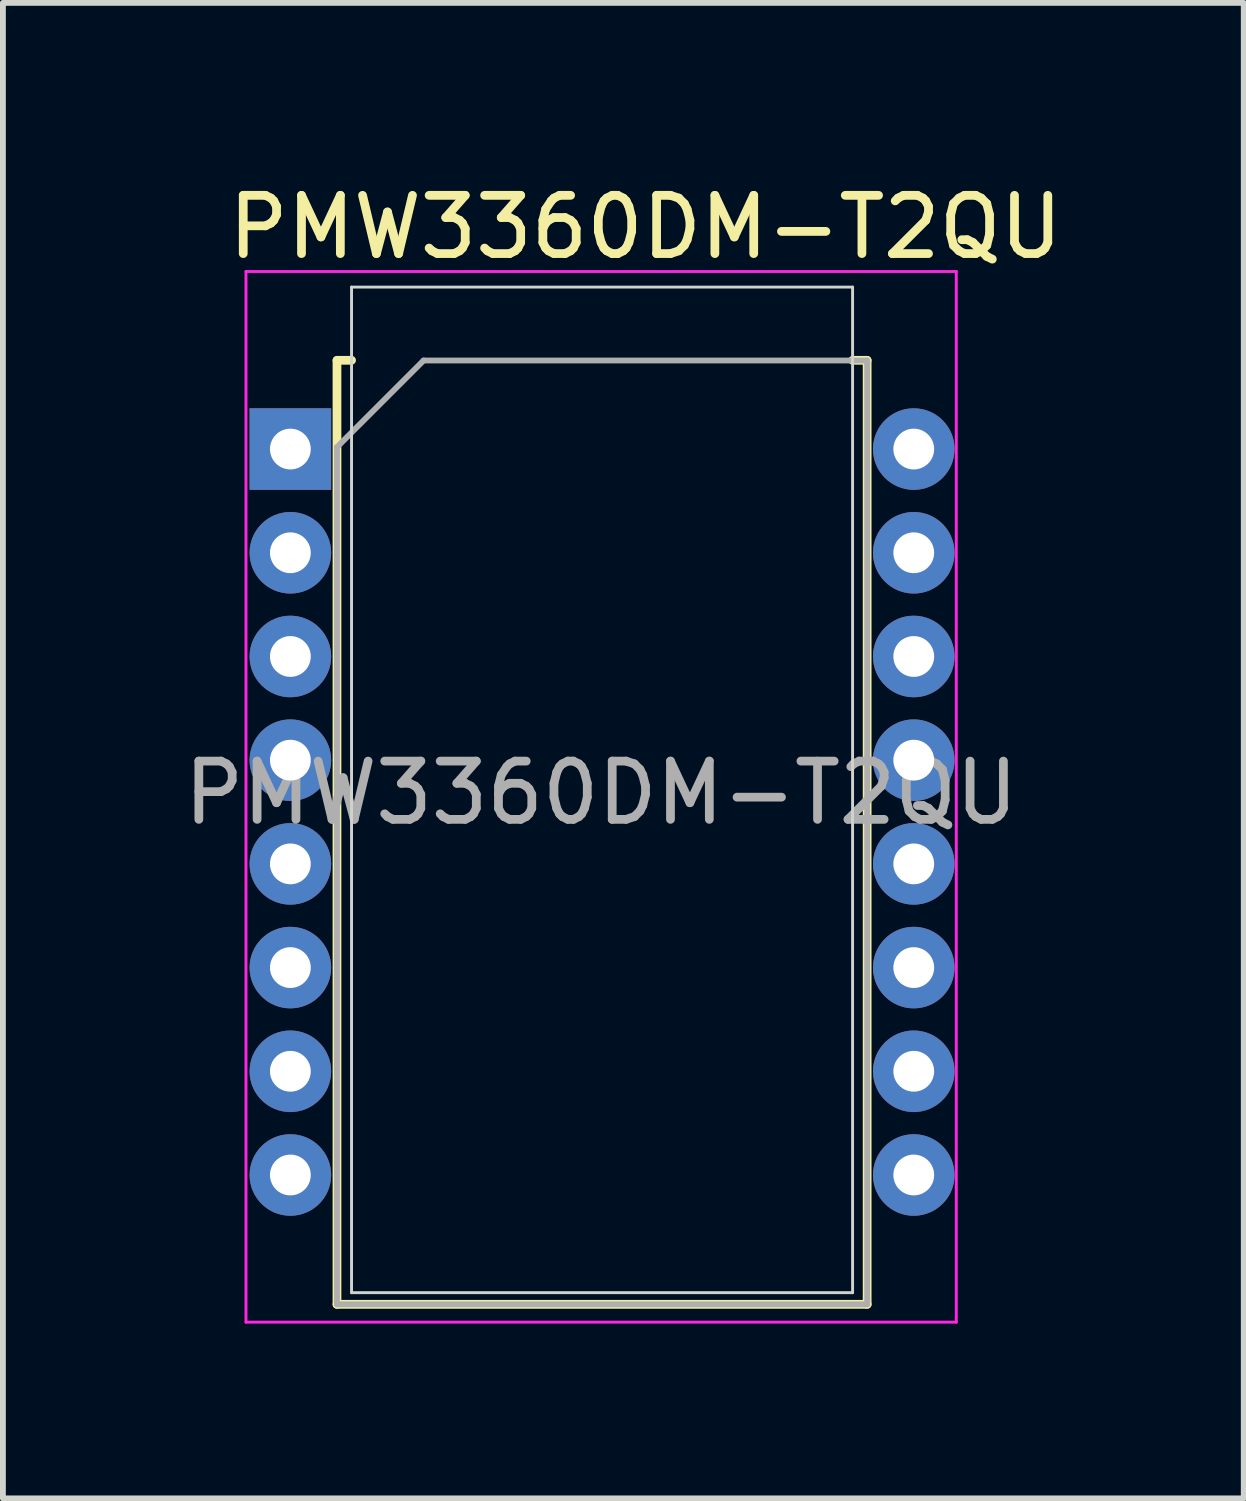
<source format=kicad_pcb>
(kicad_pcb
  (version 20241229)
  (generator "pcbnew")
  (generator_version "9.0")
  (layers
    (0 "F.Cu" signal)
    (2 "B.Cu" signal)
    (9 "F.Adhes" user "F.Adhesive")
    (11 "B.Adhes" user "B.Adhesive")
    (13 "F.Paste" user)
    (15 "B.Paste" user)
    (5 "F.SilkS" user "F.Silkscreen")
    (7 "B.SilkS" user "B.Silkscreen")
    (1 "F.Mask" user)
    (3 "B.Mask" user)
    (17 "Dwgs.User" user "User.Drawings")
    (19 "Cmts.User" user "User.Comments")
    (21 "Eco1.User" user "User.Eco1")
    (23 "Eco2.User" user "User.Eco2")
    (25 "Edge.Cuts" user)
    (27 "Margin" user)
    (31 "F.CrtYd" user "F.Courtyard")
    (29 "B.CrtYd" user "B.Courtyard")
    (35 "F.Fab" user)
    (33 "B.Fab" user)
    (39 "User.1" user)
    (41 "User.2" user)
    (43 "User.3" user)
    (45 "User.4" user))
  (footprint "PMW3360DM-T2QU"
    (layer "F.Cu")
    (at 7.284 10.888)
    (property "Reference" "PMW3360DM-T2QU" (at 0.746 -10.04 180) (layer "F.SilkS") (effects (font (size 1 1) (thickness 0.15))))
    (attr through_hole)
    (fp_line (start -4.55 -7.754) (end -4.3 -7.754) (stroke (width 0.15) (type solid)) (layer "F.SilkS"))
    (fp_line (start -4.55 8.45) (end -4.55 -7.75) (stroke (width 0.15) (type solid)) (layer "F.SilkS"))
    (fp_line (start 4.3 -7.754) (end 4.55 -7.754) (stroke (width 0.15) (type solid)) (layer "F.SilkS"))
    (fp_line (start 4.55 -7.75) (end 4.55 8.45) (stroke (width 0.15) (type solid)) (layer "F.SilkS"))
    (fp_line (start 4.55 8.45) (end -4.55 8.45) (stroke (width 0.15) (type solid)) (layer "F.SilkS"))
    (fp_line (start -4.3 -9.01) (end -4.3 8.25) (stroke (width 0.05) (type solid)) (layer "Eco1.User"))
    (fp_line (start 4.3 -9.01) (end -4.3 -9.01) (stroke (width 0.05) (type solid)) (layer "Eco1.User"))
    (fp_line (start 4.3 -9.01) (end 4.3 8.25) (stroke (width 0.05) (type solid)) (layer "Eco1.User"))
    (fp_line (start 4.3 8.25) (end -4.3 8.25) (stroke (width 0.05) (type solid)) (layer "Eco1.User"))
    (fp_line (start -4.3 -9.01) (end -4.3 8.25) (stroke (width 0.05) (type solid)) (layer "Edge.Cuts"))
    (fp_line (start 4.3 -9.01) (end -4.3 -9.01) (stroke (width 0.05) (type solid)) (layer "Edge.Cuts"))
    (fp_line (start 4.3 -9.01) (end 4.3 8.25) (stroke (width 0.05) (type solid)) (layer "Edge.Cuts"))
    (fp_line (start 4.3 8.25) (end -4.3 8.25) (stroke (width 0.05) (type solid)) (layer "Edge.Cuts"))
    (fp_line (start -6.112 -9.278) (end 6.08 -9.278) (stroke (width 0.05) (type solid)) (layer "F.CrtYd"))
    (fp_line (start -6.112 8.756) (end -6.112 -9.278) (stroke (width 0.05) (type solid)) (layer "F.CrtYd"))
    (fp_line (start 6.08 -9.278) (end 6.08 8.756) (stroke (width 0.05) (type solid)) (layer "F.CrtYd"))
    (fp_line (start 6.08 8.756) (end -6.112 8.756) (stroke (width 0.05) (type solid)) (layer "F.CrtYd"))
    (fp_line (start -4.55 -6.264) (end -4.55 8.45) (stroke (width 0.1) (type solid)) (layer "F.Fab"))
    (fp_line (start -3.064 -7.75) (end -4.55 -6.264) (stroke (width 0.1) (type solid)) (layer "F.Fab"))
    (fp_line (start 4.55 -7.75) (end -3.064 -7.75) (stroke (width 0.1) (type solid)) (layer "F.Fab"))
    (fp_line (start 4.55 -7.75) (end 4.55 8.45) (stroke (width 0.1) (type solid)) (layer "F.Fab"))
    (fp_line (start 4.55 8.45) (end -4.55 8.45) (stroke (width 0.1) (type solid)) (layer "F.Fab"))
    (fp_text user "${REFERENCE}" (at -0.016 -0.329 180) (layer "F.Fab") (effects (font (size 1 1) (thickness 0.15))))
    (pad "1" thru_hole rect (at -5.35 -6.23 180) (size 1.4 1.4) (drill 0.7) (layers "*.Cu" "*.Mask"))
    (pad "2" thru_hole circle (at -5.35 -4.45 180) (size 1.4 1.4) (drill 0.7) (layers "*.Cu" "*.Mask"))
    (pad "3" thru_hole circle (at -5.35 -2.67 180) (size 1.4 1.4) (drill 0.7) (layers "*.Cu" "*.Mask"))
    (pad "4" thru_hole circle (at -5.35 -0.89 180) (size 1.4 1.4) (drill 0.7) (layers "*.Cu" "*.Mask"))
    (pad "5" thru_hole circle (at -5.35 0.89 180) (size 1.4 1.4) (drill 0.7) (layers "*.Cu" "*.Mask"))
    (pad "6" thru_hole circle (at -5.35 2.67 180) (size 1.4 1.4) (drill 0.7) (layers "*.Cu" "*.Mask"))
    (pad "7" thru_hole circle (at -5.35 4.45 180) (size 1.4 1.4) (drill 0.7) (layers "*.Cu" "*.Mask"))
    (pad "8" thru_hole circle (at -5.35 6.23 180) (size 1.4 1.4) (drill 0.7) (layers "*.Cu" "*.Mask"))
    (pad "9" thru_hole circle (at 5.35 6.23 180) (size 1.4 1.4) (drill 0.7) (layers "*.Cu" "*.Mask"))
    (pad "10" thru_hole circle (at 5.35 4.45 180) (size 1.4 1.4) (drill 0.7) (layers "*.Cu" "*.Mask"))
    (pad "11" thru_hole circle (at 5.35 2.67 180) (size 1.4 1.4) (drill 0.7) (layers "*.Cu" "*.Mask"))
    (pad "12" thru_hole circle (at 5.35 0.89 180) (size 1.4 1.4) (drill 0.7) (layers "*.Cu" "*.Mask"))
    (pad "13" thru_hole circle (at 5.35 -0.89 180) (size 1.4 1.4) (drill 0.7) (layers "*.Cu" "*.Mask"))
    (pad "14" thru_hole circle (at 5.35 -2.67 180) (size 1.4 1.4) (drill 0.7) (layers "*.Cu" "*.Mask"))
    (pad "15" thru_hole circle (at 5.35 -4.45 180) (size 1.4 1.4) (drill 0.7) (layers "*.Cu" "*.Mask"))
    (pad "16" thru_hole circle (at 5.35 -6.23 180) (size 1.4 1.4) (drill 0.7) (layers "*.Cu" "*.Mask")))
  (gr_rect
    (start -3 -3)
    (end 18.298 22.669)
    (stroke (width 0.1) (type default))
    (fill no)
    (layer "Edge.Cuts")))
</source>
